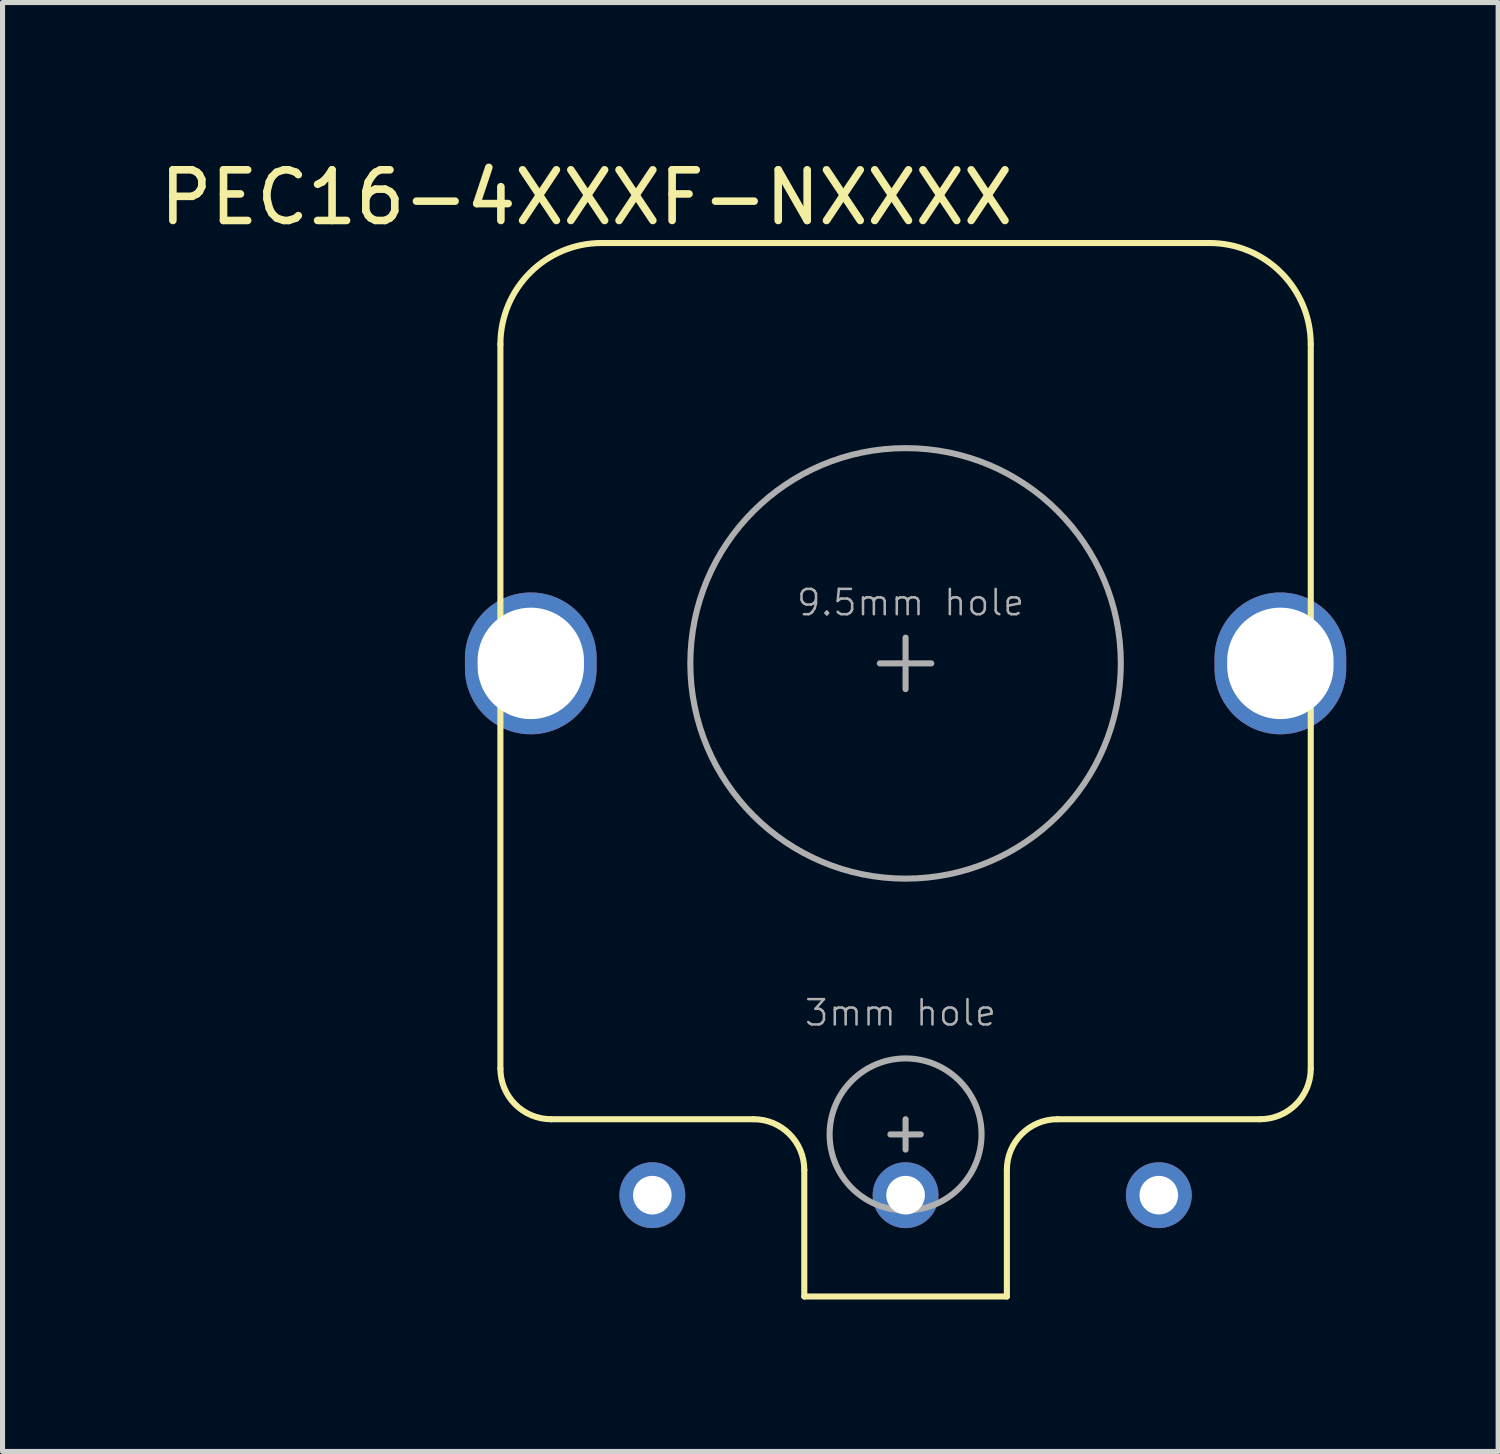
<source format=kicad_pcb>
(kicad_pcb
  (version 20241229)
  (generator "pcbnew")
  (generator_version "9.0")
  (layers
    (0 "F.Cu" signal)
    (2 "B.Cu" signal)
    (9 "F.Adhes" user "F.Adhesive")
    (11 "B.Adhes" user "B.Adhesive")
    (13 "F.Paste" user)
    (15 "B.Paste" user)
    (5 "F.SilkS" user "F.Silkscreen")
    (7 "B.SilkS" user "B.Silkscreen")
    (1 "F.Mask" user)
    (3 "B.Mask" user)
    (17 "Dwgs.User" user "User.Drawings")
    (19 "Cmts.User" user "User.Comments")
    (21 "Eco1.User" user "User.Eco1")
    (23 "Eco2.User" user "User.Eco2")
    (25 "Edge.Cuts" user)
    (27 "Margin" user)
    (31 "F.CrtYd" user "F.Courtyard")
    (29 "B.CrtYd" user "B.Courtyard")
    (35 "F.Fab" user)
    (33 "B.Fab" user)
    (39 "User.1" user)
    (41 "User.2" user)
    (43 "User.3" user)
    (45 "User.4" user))
  (footprint "PEC16-4XXXF-NXXXX"
    (layer "F.Cu")
    (at 14.83 10.048)
    (property "Reference" "PEC16-4XXXF-NXXXX" (at -6.3 -9.2 0) (layer "F.SilkS") (effects (font (size 1 1) (thickness 0.15))))
    (attr through_hole)
    (fp_line (start -8 8) (end -8 -6.3) (stroke (width 0.12) (type solid)) (layer "F.SilkS"))
    (fp_line (start -7 9) (end -3 9) (stroke (width 0.12) (type solid)) (layer "F.SilkS"))
    (fp_line (start -6 -8.3) (end 6 -8.3) (stroke (width 0.12) (type solid)) (layer "F.SilkS"))
    (fp_line (start -2 10) (end -2 12.5) (stroke (width 0.12) (type solid)) (layer "F.SilkS"))
    (fp_line (start -2 12.5) (end 2 12.5) (stroke (width 0.12) (type solid)) (layer "F.SilkS"))
    (fp_line (start 2 10) (end 2 12.5) (stroke (width 0.12) (type solid)) (layer "F.SilkS"))
    (fp_line (start 3 9) (end 7 9) (stroke (width 0.12) (type solid)) (layer "F.SilkS"))
    (fp_line (start 8 8) (end 8 -6.3) (stroke (width 0.12) (type solid)) (layer "F.SilkS"))
    (fp_arc (start -8 -6.3) (mid -7.414214 -7.714214) (end -6 -8.3) (stroke (width 0.12) (type solid)) (layer "F.SilkS"))
    (fp_arc (start -7 9) (mid -7.707107 8.707107) (end -8 8) (stroke (width 0.12) (type solid)) (layer "F.SilkS"))
    (fp_arc (start -3 9) (mid -2.292893 9.292893) (end -2 10) (stroke (width 0.12) (type solid)) (layer "F.SilkS"))
    (fp_arc (start 2 10) (mid 2.292893 9.292893) (end 3 9) (stroke (width 0.12) (type solid)) (layer "F.SilkS"))
    (fp_arc (start 6 -8.3) (mid 7.414214 -7.714214) (end 8 -6.3) (stroke (width 0.12) (type solid)) (layer "F.SilkS"))
    (fp_arc (start 8 8) (mid 7.707107 8.707107) (end 7 9) (stroke (width 0.12) (type solid)) (layer "F.SilkS"))
    (fp_line (start -0.508 0) (end 0.508 0) (stroke (width 0.12) (type solid)) (layer "F.Fab"))
    (fp_line (start -0.3 9.3) (end 0.3 9.3) (stroke (width 0.12) (type solid)) (layer "F.Fab"))
    (fp_line (start 0 -0.508) (end 0 0.508) (stroke (width 0.12) (type solid)) (layer "F.Fab"))
    (fp_line (start 0 9) (end 0 9.6) (stroke (width 0.12) (type solid)) (layer "F.Fab"))
    (fp_circle (center 0 0) (end 4.25 0) (stroke (width 0.12) (type solid)) (fill no) (layer "F.Fab"))
    (fp_circle (center 0 9.3) (end 1.5 9.3) (stroke (width 0.12) (type solid)) (fill no) (layer "F.Fab"))
    (fp_text user "9.5mm hole" (at 0.1 -1.2 0) (layer "F.Fab") (effects (font (size 0.5 0.5) (thickness 0.05))))
    (fp_text user "3mm hole" (at -0.1 6.9 0) (layer "F.Fab") (effects (font (size 0.5 0.5) (thickness 0.05))))
    (pad "A" thru_hole circle (at -5 10.5) (size 1.3 1.3) (drill 0.762) (layers "*.Cu" "*.Mask"))
    (pad "B" thru_hole circle (at 0 10.5) (size 1.3 1.3) (drill 0.762) (layers "*.Cu" "*.Mask"))
    (pad "C" thru_hole circle (at 5 10.5) (size 1.3 1.3) (drill 0.762) (layers "*.Cu" "*.Mask"))
    (pad "~" thru_hole oval (at -7.4 0) (size 2.6 2.8) (drill oval 2.1 2.2) (layers "*.Cu" "*.Mask"))
    (pad "~" thru_hole oval (at 7.4 0) (size 2.6 2.8) (drill oval 2.1 2.2) (layers "*.Cu" "*.Mask")))
  (gr_rect
    (start -3 -3)
    (end 26.53 25.608)
    (stroke (width 0.1) (type default))
    (fill no)
    (layer "Edge.Cuts")))
</source>
